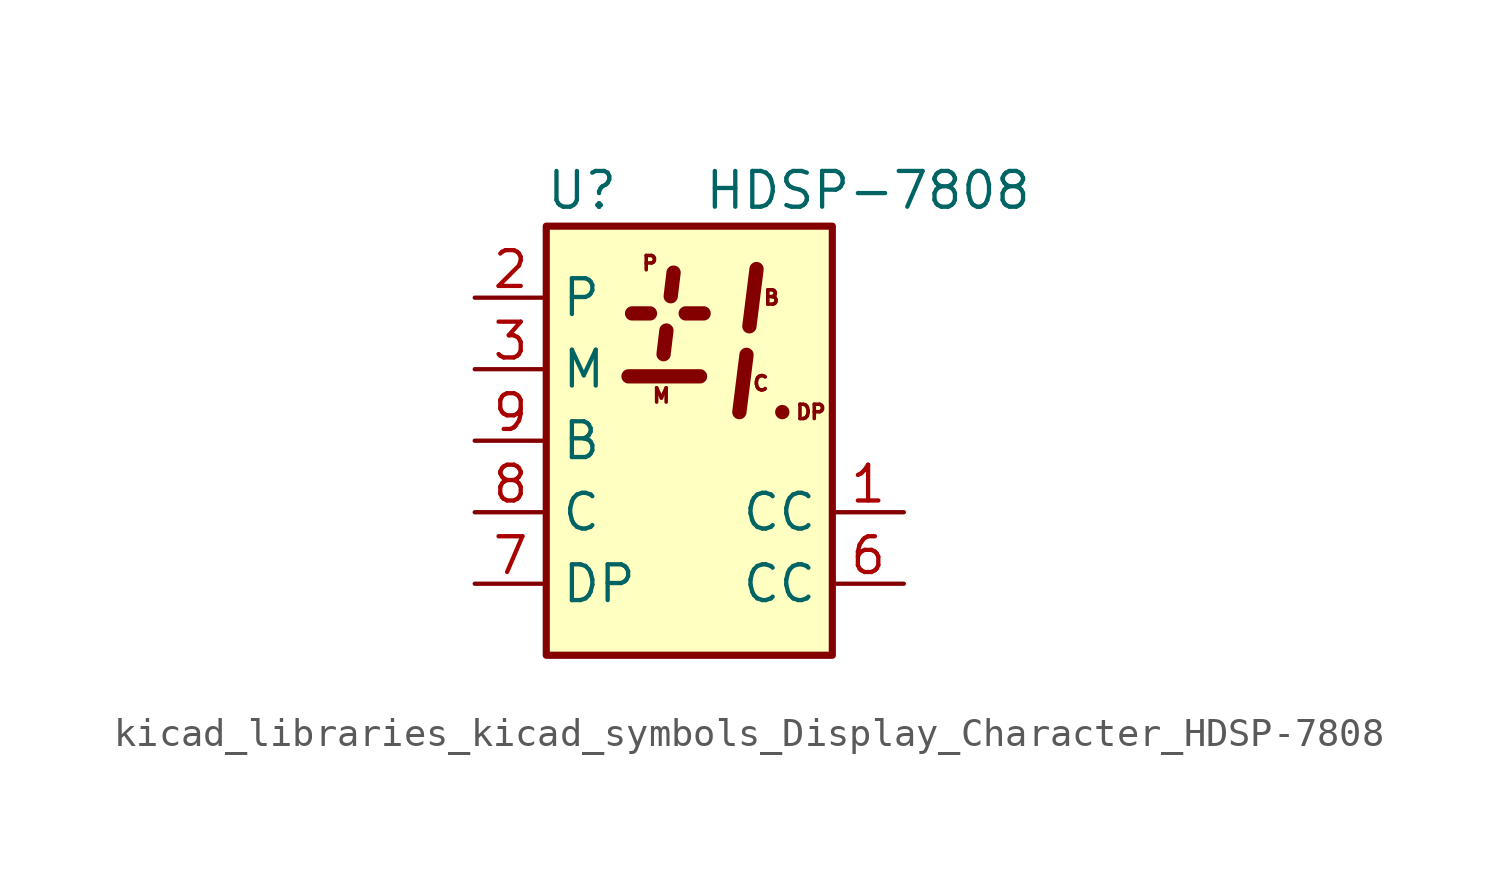
<source format=kicad_sym>
(kicad_symbol_lib
  (version 20220914)
  (generator kicad_symbol_editor)
  (symbol "kicad_libraries_kicad_symbols_Display_Character_HDSP-7808"
    (property "Reference" "U"
      (at -3.81 8.89 0)
      (effects (font (size 1.27 1.27))))
    (property "Value" "HDSP-7808"
      (at 6.35 8.89 0)
      (effects (font (size 1.27 1.27))))
    (symbol "kicad_libraries_kicad_symbols_Display_Character_HDSP-7808_0_1"
      (polyline (pts (xy -2.159 2.286) (xy 0.381 2.286)) (stroke (width 0.508) (type default)) (fill (type none))))
    (symbol "kicad_libraries_kicad_symbols_Display_Character_HDSP-7808_1_0"
      (text "B" (at 2.921 5.08 0) (effects (font (size 0.508 0.508))))
      (text "C" (at 2.54 2.032 0) (effects (font (size 0.508 0.508))))
      (text "DP" (at 4.318 1.016 0) (effects (font (size 0.508 0.508))))
      (text "M" (at -0.991 1.6 0) (effects (font (size 0.508 0.508))))
      (text "P" (at -1.397 6.299 0) (effects (font (size 0.508 0.508)))))
    (symbol "kicad_libraries_kicad_symbols_Display_Character_HDSP-7808_1_1"
      (rectangle (start -5.08 7.62) (end 5.08 -7.62) (stroke (width 0.254) (type default)) (fill (type background)))
      (polyline (pts (xy -2.032 4.521) (xy -1.397 4.521)) (stroke (width 0.508) (type default)) (fill (type none)))
      (polyline (pts (xy -0.914 3.073) (xy -0.813 3.912)) (stroke (width 0.508) (type default)) (fill (type none)))
      (polyline (pts (xy -0.559 5.969) (xy -0.66 5.131)) (stroke (width 0.508) (type default)) (fill (type none)))
      (polyline (pts (xy -0.127 4.521) (xy 0.508 4.521)) (stroke (width 0.508) (type default)) (fill (type none)))
      (polyline (pts (xy 2.032 3.048) (xy 1.778 1.016)) (stroke (width 0.508) (type default)) (fill (type none)))
      (polyline (pts (xy 2.388 6.096) (xy 2.134 4.064)) (stroke (width 0.508) (type default)) (fill (type none)))
      (polyline (pts (xy 3.302 1.016) (xy 3.302 1.016)) (stroke (width 0.508) (type default)) (fill (type none)))
      (pin input line (at 7.62 -2.54 180) (length 2.54) (name "CC" (effects (font (size 1.27 1.27)))) (number "1" (effects (font (size 1.27 1.27)))))
      (pin no_connect line (at 0 -7.62 90) (length 2.54) hide (name "NC" (effects (font (size 1.27 1.27)))) (number "10" (effects (font (size 1.27 1.27)))))
      (pin input line (at -7.62 5.08 0) (length 2.54) (name "P" (effects (font (size 1.27 1.27)))) (number "2" (effects (font (size 1.27 1.27)))))
      (pin input line (at -7.62 2.54 0) (length 2.54) (name "M" (effects (font (size 1.27 1.27)))) (number "3" (effects (font (size 1.27 1.27)))))
      (pin no_connect line (at 5.08 5.08 180) (length 2.54) hide (name "NC" (effects (font (size 1.27 1.27)))) (number "4" (effects (font (size 1.27 1.27)))))
      (pin no_connect line (at 5.08 2.54 180) (length 2.54) hide (name "NC" (effects (font (size 1.27 1.27)))) (number "5" (effects (font (size 1.27 1.27)))))
      (pin input line (at 7.62 -5.08 180) (length 2.54) (name "CC" (effects (font (size 1.27 1.27)))) (number "6" (effects (font (size 1.27 1.27)))))
      (pin input line (at -7.62 -5.08 0) (length 2.54) (name "DP" (effects (font (size 1.27 1.27)))) (number "7" (effects (font (size 1.27 1.27)))))
      (pin input line (at -7.62 -2.54 0) (length 2.54) (name "C" (effects (font (size 1.27 1.27)))) (number "8" (effects (font (size 1.27 1.27)))))
      (pin input line (at -7.62 0 0) (length 2.54) (name "B" (effects (font (size 1.27 1.27)))) (number "9" (effects (font (size 1.27 1.27))))))))
</source>
